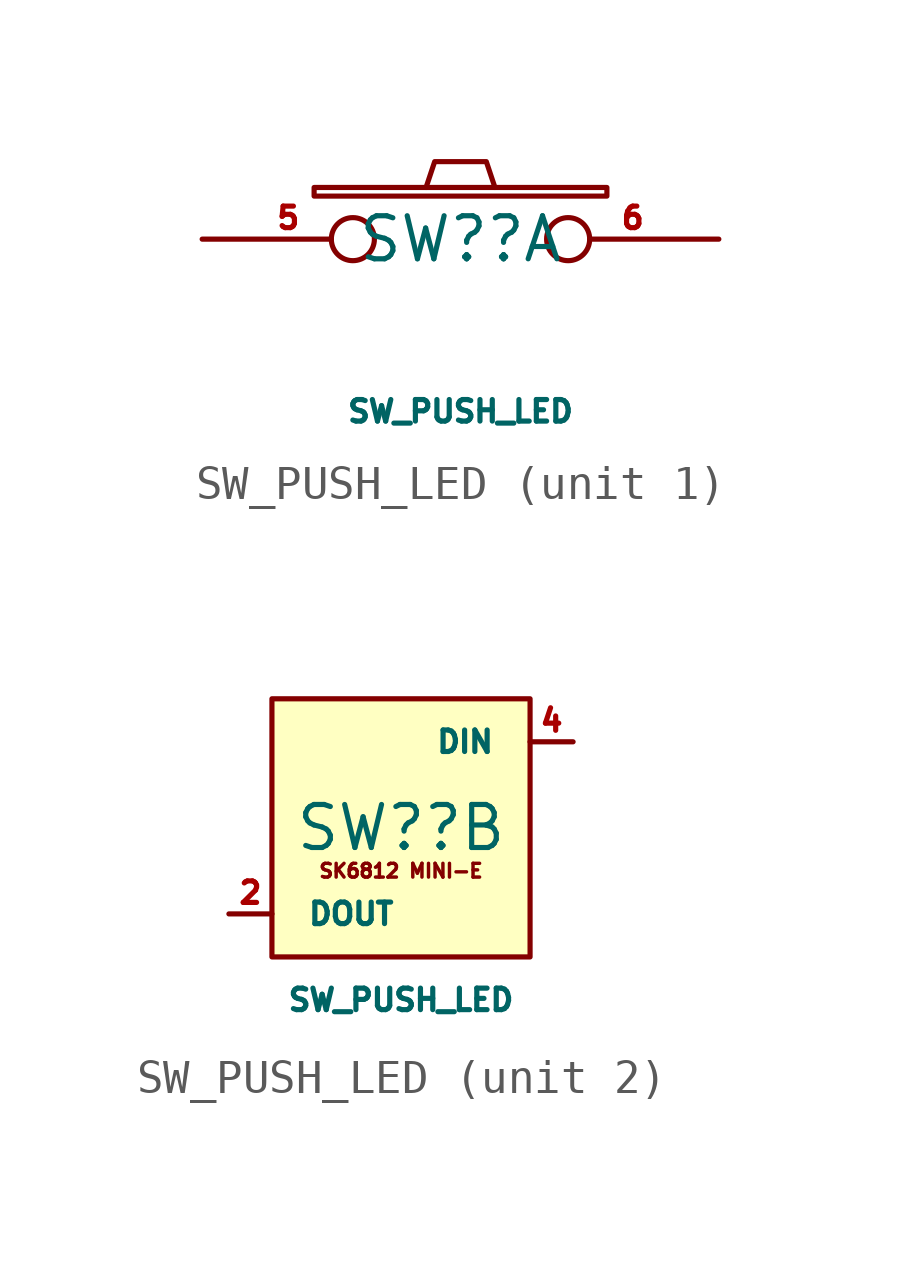
<source format=kicad_sym>
(kicad_symbol_lib
  (version 20220914)
  (generator kicad_symbol_editor)
  (symbol "SW_PUSH_LED"
    (pin_names
      (offset 1.016))
    (property "Reference" "SW?"
      (at 0 0 0)
      (effects (font (size 1.27 1.27))))
    (property "Value" "SW_PUSH_LED"
      (at 0 -5.08 0)
      (effects (font (size 0.635 0.635))))
    (property "Key" ""
      (at 0 0 0)
      (effects (font (size 1.27 1.27))))
    (property "ki_locked" ""
      (at 0 0 0)
      (effects (font (size 1.27 1.27))))
    (symbol "SW_PUSH_LED_1_1"
      (rectangle (start -4.318 1.27) (end 4.318 1.524) (stroke (width 0) (type default)) (fill (type none)))
      (polyline (pts (xy -1.016 1.524) (xy -0.762 2.286) (xy 0.762 2.286) (xy 1.016 1.524)) (stroke (width 0) (type default)) (fill (type none)))
      (pin passive inverted (at -7.62 0 0) (length 5.08) (name "~" (effects (font (size 0.61 0.61)))) (number "5" (effects (font (size 0.635 0.635)))))
      (pin passive inverted (at 7.62 0 180) (length 5.08) (name "~" (effects (font (size 0.61 0.61)))) (number "6" (effects (font (size 0.635 0.635))))))
    (symbol "SW_PUSH_LED_2_0"
      (text "SK6812 MINI-E" (at 0 -1.27 0) (effects (font (size 0.406 0.406)))))
    (symbol "SW_PUSH_LED_2_1"
      (rectangle (start 3.81 -3.81) (end -3.81 3.81) (stroke (width 0) (type default)) (fill (type background)))
      (pin power_in line (at -5.08 2.54 0) (length 1.27) hide (name "VDD" (effects (font (size 0.635 0.635)))) (number "1" (effects (font (size 0.635 0.635)))))
      (pin output line (at -5.08 -2.54 0) (length 1.27) (name "DOUT" (effects (font (size 0.635 0.635)))) (number "2" (effects (font (size 0.635 0.635)))))
      (pin power_in line (at 5.08 -2.54 180) (length 1.27) hide (name "GND" (effects (font (size 0.635 0.635)))) (number "3" (effects (font (size 0.635 0.635)))))
      (pin input line (at 5.08 2.54 180) (length 1.27) (name "DIN" (effects (font (size 0.635 0.635)))) (number "4" (effects (font (size 0.635 0.635))))))))
</source>
